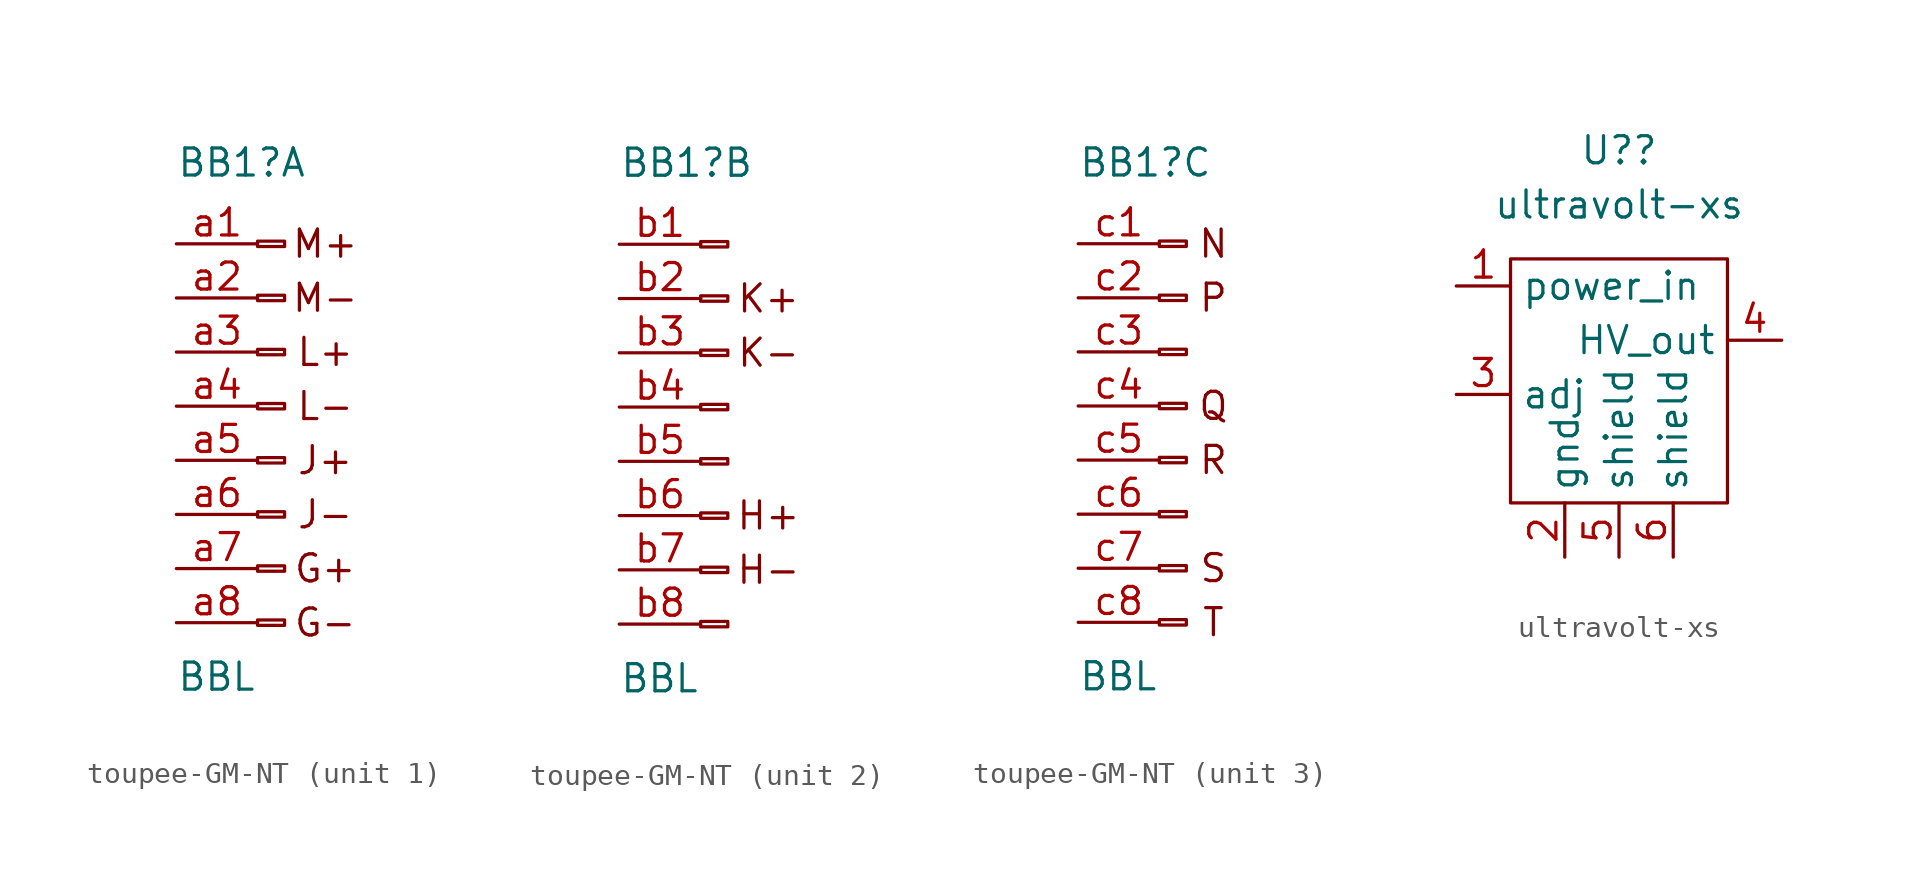
<source format=kicad_sym>
(kicad_symbol_lib
  (version 20241209)
  (generator "kicad_symbol_editor")
  (generator_version "9.0")
  (symbol "toupee-GM-NT"
    (pin_names
      (offset 1.016)
      (hide yes))
    (property "Reference" "BB1"
      (at -5.08 11.43 0)
      (effects (font (size 1.27 1.27)) (justify left)))
    (property "Value" "BBL"
      (at -5.08 -12.7 0)
      (effects (font (size 1.27 1.27)) (justify left)))
    (property "ki_locked" ""
      (at 0 0 0)
      (effects (font (size 1.27 1.27))))
    (symbol "toupee-GM-NT_1_1"
      (rectangle (start -1.27 7.747) (end 0 7.493) (stroke (width 0.152) (type default)) (fill (type none)))
      (rectangle (start -1.27 5.207) (end 0 4.953) (stroke (width 0.152) (type default)) (fill (type none)))
      (rectangle (start -1.27 2.667) (end 0 2.413) (stroke (width 0.152) (type default)) (fill (type none)))
      (rectangle (start -1.27 0.127) (end 0 -0.127) (stroke (width 0.152) (type default)) (fill (type none)))
      (rectangle (start -1.27 -2.413) (end 0 -2.667) (stroke (width 0.152) (type default)) (fill (type none)))
      (rectangle (start -1.27 -4.953) (end 0 -5.207) (stroke (width 0.152) (type default)) (fill (type none)))
      (rectangle (start -1.27 -7.493) (end 0 -7.747) (stroke (width 0.152) (type default)) (fill (type none)))
      (rectangle (start -1.27 -10.033) (end 0 -10.287) (stroke (width 0.152) (type default)) (fill (type none)))
      (text "M+" (at 1.905 7.62 0) (effects (font (size 1.27 1.27))))
      (text "M-" (at 1.905 5.08 0) (effects (font (size 1.27 1.27))))
      (text "L+" (at 1.905 2.54 0) (effects (font (size 1.27 1.27))))
      (text "L-" (at 1.905 0 0) (effects (font (size 1.27 1.27))))
      (text "J+" (at 1.905 -2.54 0) (effects (font (size 1.27 1.27))))
      (text "J-" (at 1.905 -5.08 0) (effects (font (size 1.27 1.27))))
      (text "G+" (at 1.905 -7.62 0) (effects (font (size 1.27 1.27))))
      (text "G-" (at 1.905 -10.16 0) (effects (font (size 1.27 1.27))))
      (pin passive line (at -5.08 7.62 0) (length 3.81) (name "Pin_a1" (effects (font (size 1.27 1.27)))) (number "a1" (effects (font (size 1.27 1.27)))))
      (pin passive line (at -5.08 5.08 0) (length 3.81) (name "Pin_a2" (effects (font (size 1.27 1.27)))) (number "a2" (effects (font (size 1.27 1.27)))))
      (pin passive line (at -5.08 2.54 0) (length 3.81) (name "Pin_a3" (effects (font (size 1.27 1.27)))) (number "a3" (effects (font (size 1.27 1.27)))))
      (pin passive line (at -5.08 0 0) (length 3.81) (name "Pin_a4" (effects (font (size 1.27 1.27)))) (number "a4" (effects (font (size 1.27 1.27)))))
      (pin passive line (at -5.08 -2.54 0) (length 3.81) (name "Pin_a5" (effects (font (size 1.27 1.27)))) (number "a5" (effects (font (size 1.27 1.27)))))
      (pin passive line (at -5.08 -5.08 0) (length 3.81) (name "Pin_a6" (effects (font (size 1.27 1.27)))) (number "a6" (effects (font (size 1.27 1.27)))))
      (pin passive line (at -5.08 -7.62 0) (length 3.81) (name "Pin_a7" (effects (font (size 1.27 1.27)))) (number "a7" (effects (font (size 1.27 1.27)))))
      (pin passive line (at -5.08 -10.16 0) (length 3.81) (name "Pin_a8" (effects (font (size 1.27 1.27)))) (number "a8" (effects (font (size 1.27 1.27))))))
    (symbol "toupee-GM-NT_2_1"
      (rectangle (start 0 7.493) (end -1.27 7.747) (stroke (width 0.152) (type default)) (fill (type none)))
      (rectangle (start 0 4.953) (end -1.27 5.207) (stroke (width 0.152) (type default)) (fill (type none)))
      (rectangle (start 0 2.413) (end -1.27 2.667) (stroke (width 0.152) (type default)) (fill (type none)))
      (rectangle (start 0 -0.127) (end -1.27 0.127) (stroke (width 0.152) (type default)) (fill (type none)))
      (rectangle (start 0 -2.667) (end -1.27 -2.413) (stroke (width 0.152) (type default)) (fill (type none)))
      (rectangle (start 0 -5.207) (end -1.27 -4.953) (stroke (width 0.152) (type default)) (fill (type none)))
      (rectangle (start 0 -7.747) (end -1.27 -7.493) (stroke (width 0.152) (type default)) (fill (type none)))
      (rectangle (start 0 -10.287) (end -1.27 -10.033) (stroke (width 0.152) (type default)) (fill (type none)))
      (text "K+" (at 1.905 5.08 0) (effects (font (size 1.27 1.27))))
      (text "K-" (at 1.905 2.54 0) (effects (font (size 1.27 1.27))))
      (text "H+" (at 1.905 -5.08 0) (effects (font (size 1.27 1.27))))
      (text "H-" (at 1.905 -7.62 0) (effects (font (size 1.27 1.27))))
      (pin passive line (at -5.08 7.62 0) (length 3.81) (name "Pin_b1" (effects (font (size 1.27 1.27)))) (number "b1" (effects (font (size 1.27 1.27)))))
      (pin passive line (at -5.08 5.08 0) (length 3.81) (name "Pin_b2" (effects (font (size 1.27 1.27)))) (number "b2" (effects (font (size 1.27 1.27)))))
      (pin passive line (at -5.08 2.54 0) (length 3.81) (name "Pin_b3" (effects (font (size 1.27 1.27)))) (number "b3" (effects (font (size 1.27 1.27)))))
      (pin passive line (at -5.08 0 0) (length 3.81) (name "Pin_b4" (effects (font (size 1.27 1.27)))) (number "b4" (effects (font (size 1.27 1.27)))))
      (pin passive line (at -5.08 -2.54 0) (length 3.81) (name "Pin_b5" (effects (font (size 1.27 1.27)))) (number "b5" (effects (font (size 1.27 1.27)))))
      (pin passive line (at -5.08 -5.08 0) (length 3.81) (name "Pin_b6" (effects (font (size 1.27 1.27)))) (number "b6" (effects (font (size 1.27 1.27)))))
      (pin passive line (at -5.08 -7.62 0) (length 3.81) (name "Pin_b7" (effects (font (size 1.27 1.27)))) (number "b7" (effects (font (size 1.27 1.27)))))
      (pin passive line (at -5.08 -10.16 0) (length 3.81) (name "Pin_b8" (effects (font (size 1.27 1.27)))) (number "b8" (effects (font (size 1.27 1.27))))))
    (symbol "toupee-GM-NT_3_1"
      (rectangle (start -1.27 7.747) (end 0 7.493) (stroke (width 0.152) (type default)) (fill (type none)))
      (rectangle (start -1.27 5.207) (end 0 4.953) (stroke (width 0.152) (type default)) (fill (type none)))
      (rectangle (start -1.27 2.667) (end 0 2.413) (stroke (width 0.152) (type default)) (fill (type none)))
      (rectangle (start -1.27 0.127) (end 0 -0.127) (stroke (width 0.152) (type default)) (fill (type none)))
      (rectangle (start -1.27 -2.413) (end 0 -2.667) (stroke (width 0.152) (type default)) (fill (type none)))
      (rectangle (start -1.27 -4.953) (end 0 -5.207) (stroke (width 0.152) (type default)) (fill (type none)))
      (rectangle (start -1.27 -7.493) (end 0 -7.747) (stroke (width 0.152) (type default)) (fill (type none)))
      (rectangle (start -1.27 -10.033) (end 0 -10.287) (stroke (width 0.152) (type default)) (fill (type none)))
      (text "N" (at 1.27 7.62 0) (effects (font (size 1.27 1.27))))
      (text "P" (at 1.27 5.08 0) (effects (font (size 1.27 1.27))))
      (text "Q" (at 1.27 0 0) (effects (font (size 1.27 1.27))))
      (text "R" (at 1.27 -2.54 0) (effects (font (size 1.27 1.27))))
      (text "S" (at 1.27 -7.62 0) (effects (font (size 1.27 1.27))))
      (text "T" (at 1.27 -10.16 0) (effects (font (size 1.27 1.27))))
      (pin passive line (at -5.08 7.62 0) (length 3.81) (name "Pin_c1" (effects (font (size 1.27 1.27)))) (number "c1" (effects (font (size 1.27 1.27)))))
      (pin passive line (at -5.08 5.08 0) (length 3.81) (name "Pin_c2" (effects (font (size 1.27 1.27)))) (number "c2" (effects (font (size 1.27 1.27)))))
      (pin passive line (at -5.08 2.54 0) (length 3.81) (name "Pin_c3" (effects (font (size 1.27 1.27)))) (number "c3" (effects (font (size 1.27 1.27)))))
      (pin passive line (at -5.08 0 0) (length 3.81) (name "Pin_c4" (effects (font (size 1.27 1.27)))) (number "c4" (effects (font (size 1.27 1.27)))))
      (pin passive line (at -5.08 -2.54 0) (length 3.81) (name "Pin_c5" (effects (font (size 1.27 1.27)))) (number "c5" (effects (font (size 1.27 1.27)))))
      (pin passive line (at -5.08 -5.08 0) (length 3.81) (name "Pin_c6" (effects (font (size 1.27 1.27)))) (number "c6" (effects (font (size 1.27 1.27)))))
      (pin passive line (at -5.08 -7.62 0) (length 3.81) (name "Pin_c7" (effects (font (size 1.27 1.27)))) (number "c7" (effects (font (size 1.27 1.27)))))
      (pin passive line (at -5.08 -10.16 0) (length 3.81) (name "Pin_c8" (effects (font (size 1.27 1.27)))) (number "c8" (effects (font (size 1.27 1.27)))))))
  (symbol "ultravolt-xs"
    (property "Reference" "U?"
      (at 0 15.24 0)
      (effects (font (size 1.27 1.27))))
    (property "Value" "ultravolt-xs"
      (at 0 12.7 0)
      (effects (font (size 1.27 1.27))))
    (symbol "ultravolt-xs_0_1"
      (rectangle (start -5.08 10.16) (end 5.08 -1.27) (stroke (width 0) (type default)) (fill (type none))))
    (symbol "ultravolt-xs_1_1"
      (pin input line (at -7.62 8.89 0) (length 2.54) (name "power_in" (effects (font (size 1.27 1.27)))) (number "1" (effects (font (size 1.27 1.27)))))
      (pin input line (at -7.62 3.81 0) (length 2.54) (name "adj" (effects (font (size 1.27 1.27)))) (number "3" (effects (font (size 1.27 1.27)))))
      (pin input line (at -2.54 -3.81 90) (length 2.54) (name "gnd" (effects (font (size 1.27 1.27)))) (number "2" (effects (font (size 1.27 1.27)))))
      (pin input line (at 0 -3.81 90) (length 2.54) (name "shield" (effects (font (size 1.27 1.27)))) (number "5" (effects (font (size 1.27 1.27)))))
      (pin input line (at 2.54 -3.81 90) (length 2.54) (name "shield" (effects (font (size 1.27 1.27)))) (number "6" (effects (font (size 1.27 1.27)))))
      (pin input line (at 7.62 6.35 180) (length 2.54) (name "HV_out" (effects (font (size 1.27 1.27)))) (number "4" (effects (font (size 1.27 1.27))))))))
</source>
